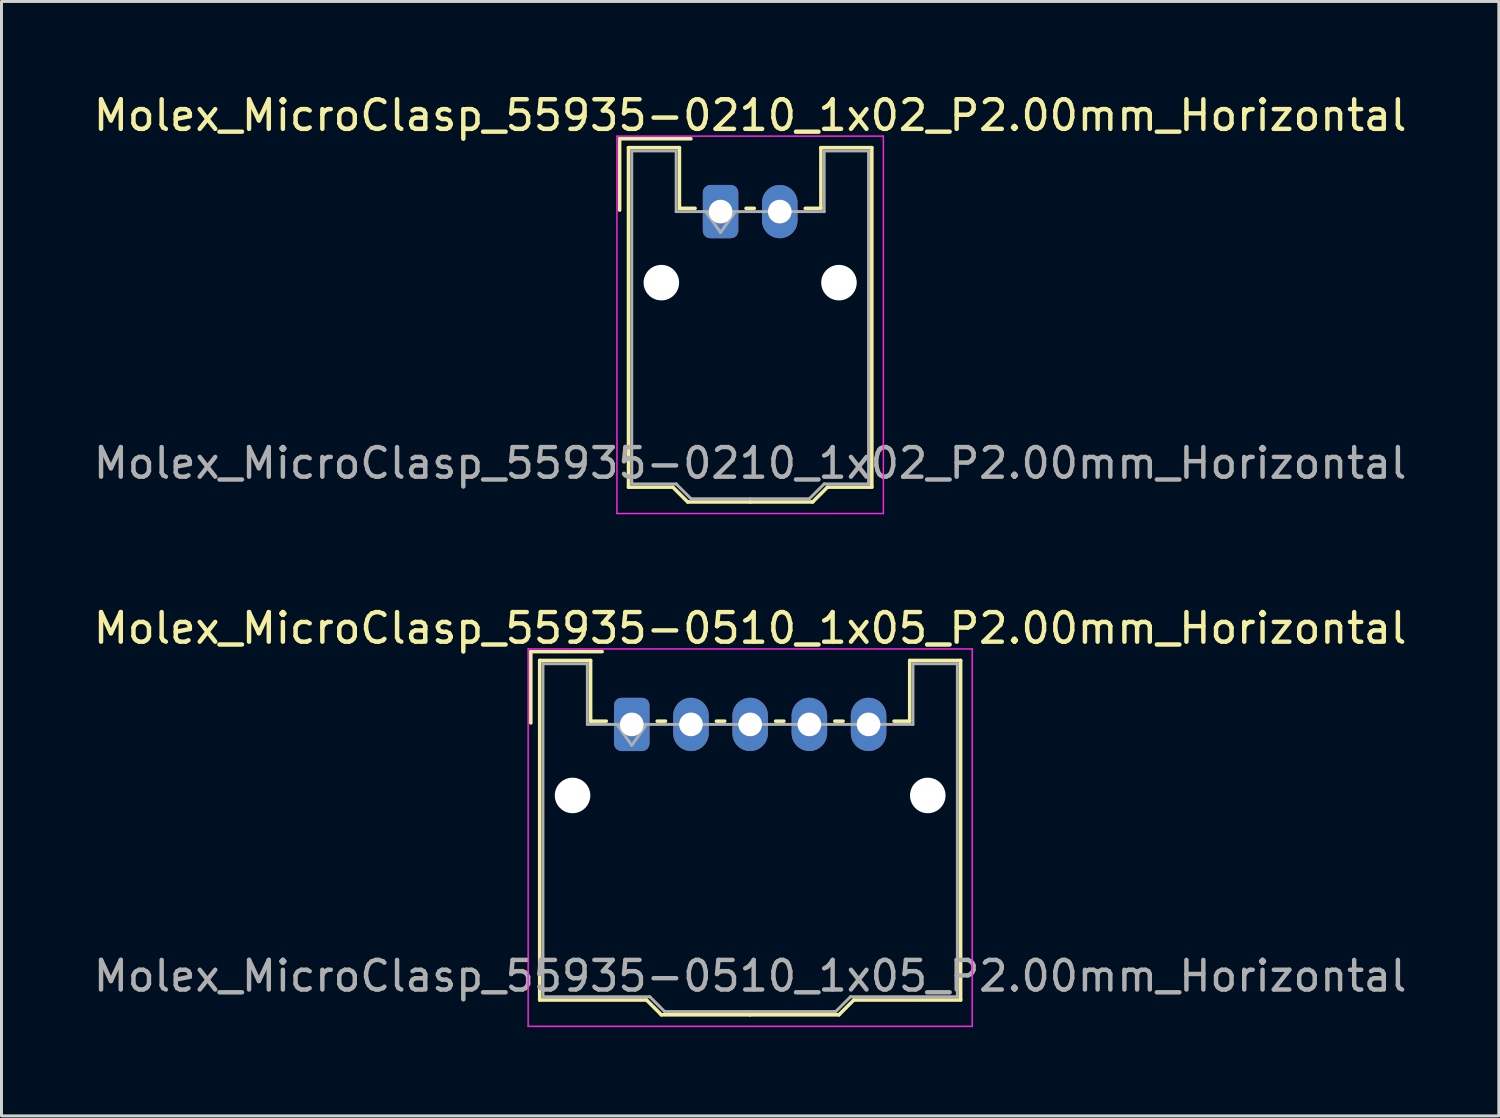
<source format=kicad_pcb>
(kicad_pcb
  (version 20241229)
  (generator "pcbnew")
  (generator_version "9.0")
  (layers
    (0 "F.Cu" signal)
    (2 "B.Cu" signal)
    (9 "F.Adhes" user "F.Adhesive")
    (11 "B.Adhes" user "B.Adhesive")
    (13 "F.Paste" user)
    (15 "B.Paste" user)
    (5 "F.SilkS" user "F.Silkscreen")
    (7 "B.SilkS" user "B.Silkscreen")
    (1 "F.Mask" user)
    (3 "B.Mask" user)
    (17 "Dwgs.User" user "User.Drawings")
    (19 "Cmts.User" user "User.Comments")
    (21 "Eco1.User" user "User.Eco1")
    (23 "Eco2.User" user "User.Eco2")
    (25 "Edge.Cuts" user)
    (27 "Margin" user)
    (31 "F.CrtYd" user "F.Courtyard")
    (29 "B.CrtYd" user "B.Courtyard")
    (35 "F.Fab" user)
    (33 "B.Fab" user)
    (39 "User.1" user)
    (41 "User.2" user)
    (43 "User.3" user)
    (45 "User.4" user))
  (footprint "Molex_MicroClasp_55935-0210_1x02_P2.00mm_Horizontal"
    (layer "F.Cu")
    (at 21.292 4.098)
    (property "Reference" "Molex_MicroClasp_55935-0210_1x02_P2.00mm_Horizontal" (at 1 -3.25 0) (layer "F.SilkS") (effects (font (size 1 1) (thickness 0.15))))
    (attr through_hole)
    (fp_line (start -3.41 -2.46) (end -1 -2.46) (stroke (width 0.12) (type solid)) (layer "F.SilkS"))
    (fp_line (start -3.41 -0.05) (end -3.41 -2.46) (stroke (width 0.12) (type solid)) (layer "F.SilkS"))
    (fp_line (start -3.11 -2.16) (end -1.39 -2.16) (stroke (width 0.12) (type solid)) (layer "F.SilkS"))
    (fp_line (start -3.11 9.31) (end -3.11 -2.16) (stroke (width 0.12) (type solid)) (layer "F.SilkS"))
    (fp_line (start -1.61 9.31) (end -3.11 9.31) (stroke (width 0.12) (type solid)) (layer "F.SilkS"))
    (fp_line (start -1.39 -2.16) (end -1.39 -0.11) (stroke (width 0.12) (type solid)) (layer "F.SilkS"))
    (fp_line (start -1.39 -0.11) (end -0.86 -0.11) (stroke (width 0.12) (type solid)) (layer "F.SilkS"))
    (fp_line (start -1.11 9.81) (end -1.61 9.31) (stroke (width 0.12) (type solid)) (layer "F.SilkS"))
    (fp_line (start 0.86 -0.11) (end 1.14 -0.11) (stroke (width 0.12) (type solid)) (layer "F.SilkS"))
    (fp_line (start 1 9.81) (end -1.11 9.81) (stroke (width 0.12) (type solid)) (layer "F.SilkS"))
    (fp_line (start 1 9.81) (end 3.11 9.81) (stroke (width 0.12) (type solid)) (layer "F.SilkS"))
    (fp_line (start 3.11 9.81) (end 3.61 9.31) (stroke (width 0.12) (type solid)) (layer "F.SilkS"))
    (fp_line (start 3.39 -2.16) (end 3.39 -0.11) (stroke (width 0.12) (type solid)) (layer "F.SilkS"))
    (fp_line (start 3.39 -0.11) (end 2.86 -0.11) (stroke (width 0.12) (type solid)) (layer "F.SilkS"))
    (fp_line (start 3.61 9.31) (end 5.11 9.31) (stroke (width 0.12) (type solid)) (layer "F.SilkS"))
    (fp_line (start 5.11 -2.16) (end 3.39 -2.16) (stroke (width 0.12) (type solid)) (layer "F.SilkS"))
    (fp_line (start 5.11 9.31) (end 5.11 -2.16) (stroke (width 0.12) (type solid)) (layer "F.SilkS"))
    (fp_line (start -3.5 -2.55) (end -3.5 10.2) (stroke (width 0.05) (type solid)) (layer "F.CrtYd"))
    (fp_line (start -3.5 10.2) (end 5.5 10.2) (stroke (width 0.05) (type solid)) (layer "F.CrtYd"))
    (fp_line (start 5.5 -2.55) (end -3.5 -2.55) (stroke (width 0.05) (type solid)) (layer "F.CrtYd"))
    (fp_line (start 5.5 10.2) (end 5.5 -2.55) (stroke (width 0.05) (type solid)) (layer "F.CrtYd"))
    (fp_line (start -3 -2.05) (end -1.5 -2.05) (stroke (width 0.1) (type solid)) (layer "F.Fab"))
    (fp_line (start -3 9.2) (end -3 -2.05) (stroke (width 0.1) (type solid)) (layer "F.Fab"))
    (fp_line (start -1.5 -2.05) (end -1.5 0) (stroke (width 0.1) (type solid)) (layer "F.Fab"))
    (fp_line (start -1.5 0) (end 1 0) (stroke (width 0.1) (type solid)) (layer "F.Fab"))
    (fp_line (start -1.5 9.2) (end -3 9.2) (stroke (width 0.1) (type solid)) (layer "F.Fab"))
    (fp_line (start -1 9.7) (end -1.5 9.2) (stroke (width 0.1) (type solid)) (layer "F.Fab"))
    (fp_line (start -0.5 0) (end 0 0.707) (stroke (width 0.1) (type solid)) (layer "F.Fab"))
    (fp_line (start 0 0.707) (end 0.5 0) (stroke (width 0.1) (type solid)) (layer "F.Fab"))
    (fp_line (start 1 9.7) (end -1 9.7) (stroke (width 0.1) (type solid)) (layer "F.Fab"))
    (fp_line (start 1 9.7) (end 3 9.7) (stroke (width 0.1) (type solid)) (layer "F.Fab"))
    (fp_line (start 3 9.7) (end 3.5 9.2) (stroke (width 0.1) (type solid)) (layer "F.Fab"))
    (fp_line (start 3.5 -2.05) (end 3.5 0) (stroke (width 0.1) (type solid)) (layer "F.Fab"))
    (fp_line (start 3.5 0) (end 1 0) (stroke (width 0.1) (type solid)) (layer "F.Fab"))
    (fp_line (start 3.5 9.2) (end 5 9.2) (stroke (width 0.1) (type solid)) (layer "F.Fab"))
    (fp_line (start 5 -2.05) (end 3.5 -2.05) (stroke (width 0.1) (type solid)) (layer "F.Fab"))
    (fp_line (start 5 9.2) (end 5 -2.05) (stroke (width 0.1) (type solid)) (layer "F.Fab"))
    (fp_text user "${REFERENCE}" (at 1 8.5 0) (layer "F.Fab") (effects (font (size 1 1) (thickness 0.15))))
    (pad "" np_thru_hole circle (at -2 2.4) (size 1.2 1.2) (drill 1.2) (layers "*.Cu" "*.Mask"))
    (pad "" np_thru_hole circle (at 4 2.4) (size 1.2 1.2) (drill 1.2) (layers "*.Cu" "*.Mask"))
    (pad "1" thru_hole roundrect (at 0 0) (size 1.2 1.8) (drill 0.8) (layers "*.Cu" "*.Mask") (roundrect_rratio 0.208))
    (pad "2" thru_hole oval (at 2 0) (size 1.2 1.8) (drill 0.8) (layers "*.Cu" "*.Mask")))
  (footprint "Molex_MicroClasp_55935-0510_1x05_P2.00mm_Horizontal"
    (layer "F.Cu")
    (at 18.292 21.422)
    (property "Reference" "Molex_MicroClasp_55935-0510_1x05_P2.00mm_Horizontal" (at 4 -3.25 0) (layer "F.SilkS") (effects (font (size 1 1) (thickness 0.15))))
    (attr through_hole)
    (fp_line (start -3.41 -2.46) (end -1 -2.46) (stroke (width 0.12) (type solid)) (layer "F.SilkS"))
    (fp_line (start -3.41 -0.05) (end -3.41 -2.46) (stroke (width 0.12) (type solid)) (layer "F.SilkS"))
    (fp_line (start -3.11 -2.16) (end -1.39 -2.16) (stroke (width 0.12) (type solid)) (layer "F.SilkS"))
    (fp_line (start -3.11 9.31) (end -3.11 -2.16) (stroke (width 0.12) (type solid)) (layer "F.SilkS"))
    (fp_line (start -1.39 -2.16) (end -1.39 -0.11) (stroke (width 0.12) (type solid)) (layer "F.SilkS"))
    (fp_line (start -1.39 -0.11) (end -0.86 -0.11) (stroke (width 0.12) (type solid)) (layer "F.SilkS"))
    (fp_line (start 0.5 9.31) (end -3.11 9.31) (stroke (width 0.12) (type solid)) (layer "F.SilkS"))
    (fp_line (start 0.86 -0.11) (end 1.14 -0.11) (stroke (width 0.12) (type solid)) (layer "F.SilkS"))
    (fp_line (start 1 9.81) (end 0.5 9.31) (stroke (width 0.12) (type solid)) (layer "F.SilkS"))
    (fp_line (start 2.86 -0.11) (end 3.14 -0.11) (stroke (width 0.12) (type solid)) (layer "F.SilkS"))
    (fp_line (start 4 9.81) (end 1 9.81) (stroke (width 0.12) (type solid)) (layer "F.SilkS"))
    (fp_line (start 4 9.81) (end 7 9.81) (stroke (width 0.12) (type solid)) (layer "F.SilkS"))
    (fp_line (start 4.86 -0.11) (end 5.14 -0.11) (stroke (width 0.12) (type solid)) (layer "F.SilkS"))
    (fp_line (start 6.86 -0.11) (end 7.14 -0.11) (stroke (width 0.12) (type solid)) (layer "F.SilkS"))
    (fp_line (start 7 9.81) (end 7.5 9.31) (stroke (width 0.12) (type solid)) (layer "F.SilkS"))
    (fp_line (start 7.5 9.31) (end 11.11 9.31) (stroke (width 0.12) (type solid)) (layer "F.SilkS"))
    (fp_line (start 9.39 -2.16) (end 9.39 -0.11) (stroke (width 0.12) (type solid)) (layer "F.SilkS"))
    (fp_line (start 9.39 -0.11) (end 8.86 -0.11) (stroke (width 0.12) (type solid)) (layer "F.SilkS"))
    (fp_line (start 11.11 -2.16) (end 9.39 -2.16) (stroke (width 0.12) (type solid)) (layer "F.SilkS"))
    (fp_line (start 11.11 9.31) (end 11.11 -2.16) (stroke (width 0.12) (type solid)) (layer "F.SilkS"))
    (fp_line (start -3.5 -2.55) (end -3.5 10.2) (stroke (width 0.05) (type solid)) (layer "F.CrtYd"))
    (fp_line (start -3.5 10.2) (end 11.5 10.2) (stroke (width 0.05) (type solid)) (layer "F.CrtYd"))
    (fp_line (start 11.5 -2.55) (end -3.5 -2.55) (stroke (width 0.05) (type solid)) (layer "F.CrtYd"))
    (fp_line (start 11.5 10.2) (end 11.5 -2.55) (stroke (width 0.05) (type solid)) (layer "F.CrtYd"))
    (fp_line (start -3 -2.05) (end -1.5 -2.05) (stroke (width 0.1) (type solid)) (layer "F.Fab"))
    (fp_line (start -3 9.2) (end -3 -2.05) (stroke (width 0.1) (type solid)) (layer "F.Fab"))
    (fp_line (start -1.5 -2.05) (end -1.5 0) (stroke (width 0.1) (type solid)) (layer "F.Fab"))
    (fp_line (start -1.5 0) (end 4 0) (stroke (width 0.1) (type solid)) (layer "F.Fab"))
    (fp_line (start -0.5 0) (end 0 0.707) (stroke (width 0.1) (type solid)) (layer "F.Fab"))
    (fp_line (start 0 0.707) (end 0.5 0) (stroke (width 0.1) (type solid)) (layer "F.Fab"))
    (fp_line (start 0.61 9.2) (end -3 9.2) (stroke (width 0.1) (type solid)) (layer "F.Fab"))
    (fp_line (start 1.11 9.7) (end 0.61 9.2) (stroke (width 0.1) (type solid)) (layer "F.Fab"))
    (fp_line (start 4 9.7) (end 1.11 9.7) (stroke (width 0.1) (type solid)) (layer "F.Fab"))
    (fp_line (start 4 9.7) (end 6.89 9.7) (stroke (width 0.1) (type solid)) (layer "F.Fab"))
    (fp_line (start 6.89 9.7) (end 7.39 9.2) (stroke (width 0.1) (type solid)) (layer "F.Fab"))
    (fp_line (start 7.39 9.2) (end 11 9.2) (stroke (width 0.1) (type solid)) (layer "F.Fab"))
    (fp_line (start 9.5 -2.05) (end 9.5 0) (stroke (width 0.1) (type solid)) (layer "F.Fab"))
    (fp_line (start 9.5 0) (end 4 0) (stroke (width 0.1) (type solid)) (layer "F.Fab"))
    (fp_line (start 11 -2.05) (end 9.5 -2.05) (stroke (width 0.1) (type solid)) (layer "F.Fab"))
    (fp_line (start 11 9.2) (end 11 -2.05) (stroke (width 0.1) (type solid)) (layer "F.Fab"))
    (fp_text user "${REFERENCE}" (at 4 8.5 0) (layer "F.Fab") (effects (font (size 1 1) (thickness 0.15))))
    (pad "" np_thru_hole circle (at -2 2.4) (size 1.2 1.2) (drill 1.2) (layers "*.Cu" "*.Mask"))
    (pad "" np_thru_hole circle (at 10 2.4) (size 1.2 1.2) (drill 1.2) (layers "*.Cu" "*.Mask"))
    (pad "1" thru_hole roundrect (at 0 0) (size 1.2 1.8) (drill 0.8) (layers "*.Cu" "*.Mask") (roundrect_rratio 0.208))
    (pad "2" thru_hole oval (at 2 0) (size 1.2 1.8) (drill 0.8) (layers "*.Cu" "*.Mask"))
    (pad "3" thru_hole oval (at 4 0) (size 1.2 1.8) (drill 0.8) (layers "*.Cu" "*.Mask"))
    (pad "4" thru_hole oval (at 6 0) (size 1.2 1.8) (drill 0.8) (layers "*.Cu" "*.Mask"))
    (pad "5" thru_hole oval (at 8 0) (size 1.2 1.8) (drill 0.8) (layers "*.Cu" "*.Mask")))
  (gr_rect
    (start -3 -3)
    (end 47.583 34.647)
    (stroke (width 0.1) (type default))
    (fill no)
    (layer "Edge.Cuts")))
</source>
